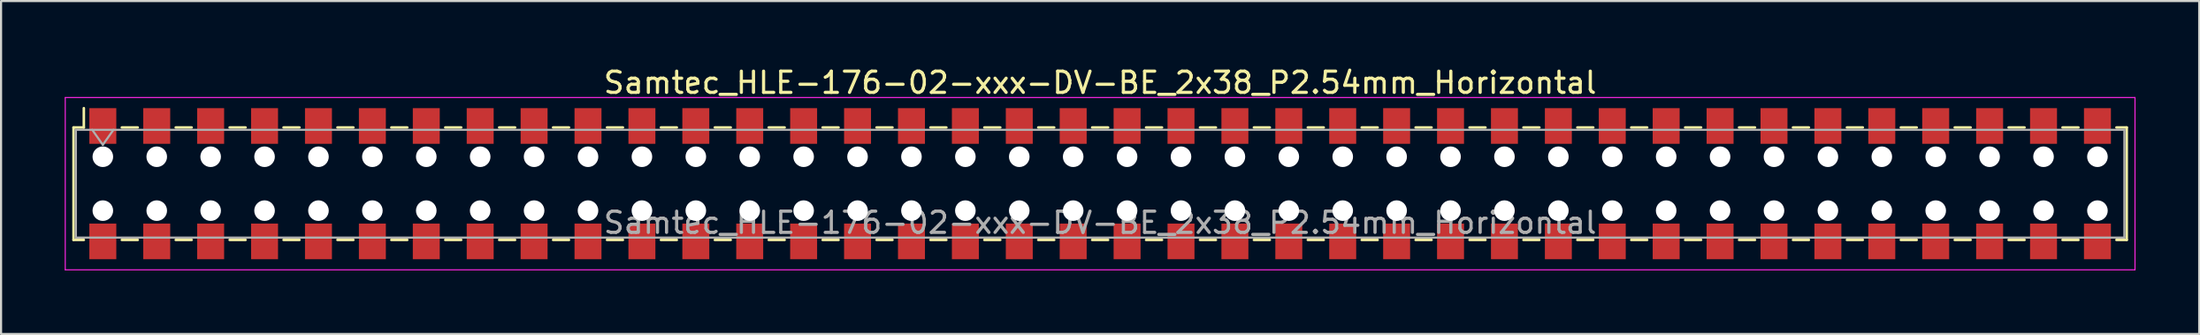
<source format=kicad_pcb>
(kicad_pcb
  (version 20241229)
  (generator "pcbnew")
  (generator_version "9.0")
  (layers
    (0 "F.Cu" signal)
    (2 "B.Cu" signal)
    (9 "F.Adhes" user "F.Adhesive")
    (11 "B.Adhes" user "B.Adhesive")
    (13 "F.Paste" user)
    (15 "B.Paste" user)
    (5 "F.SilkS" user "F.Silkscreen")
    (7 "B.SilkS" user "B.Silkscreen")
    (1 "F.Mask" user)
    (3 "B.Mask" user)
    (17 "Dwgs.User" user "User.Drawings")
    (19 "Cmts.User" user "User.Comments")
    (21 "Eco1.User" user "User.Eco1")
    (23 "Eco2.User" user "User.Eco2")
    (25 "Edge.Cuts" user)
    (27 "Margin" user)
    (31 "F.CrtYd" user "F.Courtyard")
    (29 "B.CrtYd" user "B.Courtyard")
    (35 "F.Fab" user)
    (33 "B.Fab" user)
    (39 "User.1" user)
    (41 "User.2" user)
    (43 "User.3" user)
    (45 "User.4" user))
  (footprint "Samtec_HLE-176-02-xxx-DV-BE_2x38_P2.54mm_Horizontal"
    (layer "F.Cu")
    (at 48.785 5.608)
    (property "Reference" "Samtec_HLE-176-02-xxx-DV-BE_2x38_P2.54mm_Horizontal" (at 0 -4.76 0) (layer "F.SilkS") (effects (font (size 1 1) (thickness 0.15))))
    (attr smd)
    (fp_line (start -48.37 -2.65) (end -48.37 2.65) (stroke (width 0.12) (type solid)) (layer "F.SilkS"))
    (fp_line (start -48.37 2.65) (end -47.885 2.65) (stroke (width 0.12) (type solid)) (layer "F.SilkS"))
    (fp_line (start -47.885 -3.56) (end -47.885 -2.65) (stroke (width 0.12) (type solid)) (layer "F.SilkS"))
    (fp_line (start -47.885 -2.65) (end -48.37 -2.65) (stroke (width 0.12) (type solid)) (layer "F.SilkS"))
    (fp_line (start -46.095 -2.65) (end -45.345 -2.65) (stroke (width 0.12) (type solid)) (layer "F.SilkS"))
    (fp_line (start -46.095 2.65) (end -45.345 2.65) (stroke (width 0.12) (type solid)) (layer "F.SilkS"))
    (fp_line (start -43.555 -2.65) (end -42.805 -2.65) (stroke (width 0.12) (type solid)) (layer "F.SilkS"))
    (fp_line (start -43.555 2.65) (end -42.805 2.65) (stroke (width 0.12) (type solid)) (layer "F.SilkS"))
    (fp_line (start -41.015 -2.65) (end -40.265 -2.65) (stroke (width 0.12) (type solid)) (layer "F.SilkS"))
    (fp_line (start -41.015 2.65) (end -40.265 2.65) (stroke (width 0.12) (type solid)) (layer "F.SilkS"))
    (fp_line (start -38.475 -2.65) (end -37.725 -2.65) (stroke (width 0.12) (type solid)) (layer "F.SilkS"))
    (fp_line (start -38.475 2.65) (end -37.725 2.65) (stroke (width 0.12) (type solid)) (layer "F.SilkS"))
    (fp_line (start -35.935 -2.65) (end -35.185 -2.65) (stroke (width 0.12) (type solid)) (layer "F.SilkS"))
    (fp_line (start -35.935 2.65) (end -35.185 2.65) (stroke (width 0.12) (type solid)) (layer "F.SilkS"))
    (fp_line (start -33.395 -2.65) (end -32.645 -2.65) (stroke (width 0.12) (type solid)) (layer "F.SilkS"))
    (fp_line (start -33.395 2.65) (end -32.645 2.65) (stroke (width 0.12) (type solid)) (layer "F.SilkS"))
    (fp_line (start -30.855 -2.65) (end -30.105 -2.65) (stroke (width 0.12) (type solid)) (layer "F.SilkS"))
    (fp_line (start -30.855 2.65) (end -30.105 2.65) (stroke (width 0.12) (type solid)) (layer "F.SilkS"))
    (fp_line (start -28.315 -2.65) (end -27.565 -2.65) (stroke (width 0.12) (type solid)) (layer "F.SilkS"))
    (fp_line (start -28.315 2.65) (end -27.565 2.65) (stroke (width 0.12) (type solid)) (layer "F.SilkS"))
    (fp_line (start -25.775 -2.65) (end -25.025 -2.65) (stroke (width 0.12) (type solid)) (layer "F.SilkS"))
    (fp_line (start -25.775 2.65) (end -25.025 2.65) (stroke (width 0.12) (type solid)) (layer "F.SilkS"))
    (fp_line (start -23.235 -2.65) (end -22.485 -2.65) (stroke (width 0.12) (type solid)) (layer "F.SilkS"))
    (fp_line (start -23.235 2.65) (end -22.485 2.65) (stroke (width 0.12) (type solid)) (layer "F.SilkS"))
    (fp_line (start -20.695 -2.65) (end -19.945 -2.65) (stroke (width 0.12) (type solid)) (layer "F.SilkS"))
    (fp_line (start -20.695 2.65) (end -19.945 2.65) (stroke (width 0.12) (type solid)) (layer "F.SilkS"))
    (fp_line (start -18.155 -2.65) (end -17.405 -2.65) (stroke (width 0.12) (type solid)) (layer "F.SilkS"))
    (fp_line (start -18.155 2.65) (end -17.405 2.65) (stroke (width 0.12) (type solid)) (layer "F.SilkS"))
    (fp_line (start -15.615 -2.65) (end -14.865 -2.65) (stroke (width 0.12) (type solid)) (layer "F.SilkS"))
    (fp_line (start -15.615 2.65) (end -14.865 2.65) (stroke (width 0.12) (type solid)) (layer "F.SilkS"))
    (fp_line (start -13.075 -2.65) (end -12.325 -2.65) (stroke (width 0.12) (type solid)) (layer "F.SilkS"))
    (fp_line (start -13.075 2.65) (end -12.325 2.65) (stroke (width 0.12) (type solid)) (layer "F.SilkS"))
    (fp_line (start -10.535 -2.65) (end -9.785 -2.65) (stroke (width 0.12) (type solid)) (layer "F.SilkS"))
    (fp_line (start -10.535 2.65) (end -9.785 2.65) (stroke (width 0.12) (type solid)) (layer "F.SilkS"))
    (fp_line (start -7.995 -2.65) (end -7.245 -2.65) (stroke (width 0.12) (type solid)) (layer "F.SilkS"))
    (fp_line (start -7.995 2.65) (end -7.245 2.65) (stroke (width 0.12) (type solid)) (layer "F.SilkS"))
    (fp_line (start -5.455 -2.65) (end -4.705 -2.65) (stroke (width 0.12) (type solid)) (layer "F.SilkS"))
    (fp_line (start -5.455 2.65) (end -4.705 2.65) (stroke (width 0.12) (type solid)) (layer "F.SilkS"))
    (fp_line (start -2.915 -2.65) (end -2.165 -2.65) (stroke (width 0.12) (type solid)) (layer "F.SilkS"))
    (fp_line (start -2.915 2.65) (end -2.165 2.65) (stroke (width 0.12) (type solid)) (layer "F.SilkS"))
    (fp_line (start -0.375 -2.65) (end 0.375 -2.65) (stroke (width 0.12) (type solid)) (layer "F.SilkS"))
    (fp_line (start -0.375 2.65) (end 0.375 2.65) (stroke (width 0.12) (type solid)) (layer "F.SilkS"))
    (fp_line (start 2.165 -2.65) (end 2.915 -2.65) (stroke (width 0.12) (type solid)) (layer "F.SilkS"))
    (fp_line (start 2.165 2.65) (end 2.915 2.65) (stroke (width 0.12) (type solid)) (layer "F.SilkS"))
    (fp_line (start 4.705 -2.65) (end 5.455 -2.65) (stroke (width 0.12) (type solid)) (layer "F.SilkS"))
    (fp_line (start 4.705 2.65) (end 5.455 2.65) (stroke (width 0.12) (type solid)) (layer "F.SilkS"))
    (fp_line (start 7.245 -2.65) (end 7.995 -2.65) (stroke (width 0.12) (type solid)) (layer "F.SilkS"))
    (fp_line (start 7.245 2.65) (end 7.995 2.65) (stroke (width 0.12) (type solid)) (layer "F.SilkS"))
    (fp_line (start 9.785 -2.65) (end 10.535 -2.65) (stroke (width 0.12) (type solid)) (layer "F.SilkS"))
    (fp_line (start 9.785 2.65) (end 10.535 2.65) (stroke (width 0.12) (type solid)) (layer "F.SilkS"))
    (fp_line (start 12.325 -2.65) (end 13.075 -2.65) (stroke (width 0.12) (type solid)) (layer "F.SilkS"))
    (fp_line (start 12.325 2.65) (end 13.075 2.65) (stroke (width 0.12) (type solid)) (layer "F.SilkS"))
    (fp_line (start 14.865 -2.65) (end 15.615 -2.65) (stroke (width 0.12) (type solid)) (layer "F.SilkS"))
    (fp_line (start 14.865 2.65) (end 15.615 2.65) (stroke (width 0.12) (type solid)) (layer "F.SilkS"))
    (fp_line (start 17.405 -2.65) (end 18.155 -2.65) (stroke (width 0.12) (type solid)) (layer "F.SilkS"))
    (fp_line (start 17.405 2.65) (end 18.155 2.65) (stroke (width 0.12) (type solid)) (layer "F.SilkS"))
    (fp_line (start 19.945 -2.65) (end 20.695 -2.65) (stroke (width 0.12) (type solid)) (layer "F.SilkS"))
    (fp_line (start 19.945 2.65) (end 20.695 2.65) (stroke (width 0.12) (type solid)) (layer "F.SilkS"))
    (fp_line (start 22.485 -2.65) (end 23.235 -2.65) (stroke (width 0.12) (type solid)) (layer "F.SilkS"))
    (fp_line (start 22.485 2.65) (end 23.235 2.65) (stroke (width 0.12) (type solid)) (layer "F.SilkS"))
    (fp_line (start 25.025 -2.65) (end 25.775 -2.65) (stroke (width 0.12) (type solid)) (layer "F.SilkS"))
    (fp_line (start 25.025 2.65) (end 25.775 2.65) (stroke (width 0.12) (type solid)) (layer "F.SilkS"))
    (fp_line (start 27.565 -2.65) (end 28.315 -2.65) (stroke (width 0.12) (type solid)) (layer "F.SilkS"))
    (fp_line (start 27.565 2.65) (end 28.315 2.65) (stroke (width 0.12) (type solid)) (layer "F.SilkS"))
    (fp_line (start 30.105 -2.65) (end 30.855 -2.65) (stroke (width 0.12) (type solid)) (layer "F.SilkS"))
    (fp_line (start 30.105 2.65) (end 30.855 2.65) (stroke (width 0.12) (type solid)) (layer "F.SilkS"))
    (fp_line (start 32.645 -2.65) (end 33.395 -2.65) (stroke (width 0.12) (type solid)) (layer "F.SilkS"))
    (fp_line (start 32.645 2.65) (end 33.395 2.65) (stroke (width 0.12) (type solid)) (layer "F.SilkS"))
    (fp_line (start 35.185 -2.65) (end 35.935 -2.65) (stroke (width 0.12) (type solid)) (layer "F.SilkS"))
    (fp_line (start 35.185 2.65) (end 35.935 2.65) (stroke (width 0.12) (type solid)) (layer "F.SilkS"))
    (fp_line (start 37.725 -2.65) (end 38.475 -2.65) (stroke (width 0.12) (type solid)) (layer "F.SilkS"))
    (fp_line (start 37.725 2.65) (end 38.475 2.65) (stroke (width 0.12) (type solid)) (layer "F.SilkS"))
    (fp_line (start 40.265 -2.65) (end 41.015 -2.65) (stroke (width 0.12) (type solid)) (layer "F.SilkS"))
    (fp_line (start 40.265 2.65) (end 41.015 2.65) (stroke (width 0.12) (type solid)) (layer "F.SilkS"))
    (fp_line (start 42.805 -2.65) (end 43.555 -2.65) (stroke (width 0.12) (type solid)) (layer "F.SilkS"))
    (fp_line (start 42.805 2.65) (end 43.555 2.65) (stroke (width 0.12) (type solid)) (layer "F.SilkS"))
    (fp_line (start 45.345 -2.65) (end 46.095 -2.65) (stroke (width 0.12) (type solid)) (layer "F.SilkS"))
    (fp_line (start 45.345 2.65) (end 46.095 2.65) (stroke (width 0.12) (type solid)) (layer "F.SilkS"))
    (fp_line (start 47.885 -2.65) (end 48.37 -2.65) (stroke (width 0.12) (type solid)) (layer "F.SilkS"))
    (fp_line (start 48.37 -2.65) (end 48.37 2.65) (stroke (width 0.12) (type solid)) (layer "F.SilkS"))
    (fp_line (start 48.37 2.65) (end 47.885 2.65) (stroke (width 0.12) (type solid)) (layer "F.SilkS"))
    (fp_line (start -48.76 -4.06) (end 48.76 -4.06) (stroke (width 0.05) (type solid)) (layer "F.CrtYd"))
    (fp_line (start -48.76 4.06) (end -48.76 -4.06) (stroke (width 0.05) (type solid)) (layer "F.CrtYd"))
    (fp_line (start 48.76 -4.06) (end 48.76 4.06) (stroke (width 0.05) (type solid)) (layer "F.CrtYd"))
    (fp_line (start 48.76 4.06) (end -48.76 4.06) (stroke (width 0.05) (type solid)) (layer "F.CrtYd"))
    (fp_line (start -48.26 -2.54) (end 48.26 -2.54) (stroke (width 0.1) (type solid)) (layer "F.Fab"))
    (fp_line (start -48.26 2.54) (end -48.26 -2.54) (stroke (width 0.1) (type solid)) (layer "F.Fab"))
    (fp_line (start -47.49 -2.54) (end -46.99 -1.833) (stroke (width 0.1) (type solid)) (layer "F.Fab"))
    (fp_line (start -46.99 -1.833) (end -46.49 -2.54) (stroke (width 0.1) (type solid)) (layer "F.Fab"))
    (fp_line (start 48.26 -2.54) (end 48.26 2.54) (stroke (width 0.1) (type solid)) (layer "F.Fab"))
    (fp_line (start 48.26 2.54) (end -48.26 2.54) (stroke (width 0.1) (type solid)) (layer "F.Fab"))
    (fp_text user "${REFERENCE}" (at 0 1.84 0) (layer "F.Fab") (effects (font (size 1 1) (thickness 0.15))))
    (pad "" np_thru_hole circle (at -46.99 -1.27) (size 0.97 0.97) (drill 0.97) (layers "*.Cu" "*.Mask"))
    (pad "" np_thru_hole circle (at -46.99 1.27) (size 0.97 0.97) (drill 0.97) (layers "*.Cu" "*.Mask"))
    (pad "" np_thru_hole circle (at -44.45 -1.27) (size 0.97 0.97) (drill 0.97) (layers "*.Cu" "*.Mask"))
    (pad "" np_thru_hole circle (at -44.45 1.27) (size 0.97 0.97) (drill 0.97) (layers "*.Cu" "*.Mask"))
    (pad "" np_thru_hole circle (at -41.91 -1.27) (size 0.97 0.97) (drill 0.97) (layers "*.Cu" "*.Mask"))
    (pad "" np_thru_hole circle (at -41.91 1.27) (size 0.97 0.97) (drill 0.97) (layers "*.Cu" "*.Mask"))
    (pad "" np_thru_hole circle (at -39.37 -1.27) (size 0.97 0.97) (drill 0.97) (layers "*.Cu" "*.Mask"))
    (pad "" np_thru_hole circle (at -39.37 1.27) (size 0.97 0.97) (drill 0.97) (layers "*.Cu" "*.Mask"))
    (pad "" np_thru_hole circle (at -36.83 -1.27) (size 0.97 0.97) (drill 0.97) (layers "*.Cu" "*.Mask"))
    (pad "" np_thru_hole circle (at -36.83 1.27) (size 0.97 0.97) (drill 0.97) (layers "*.Cu" "*.Mask"))
    (pad "" np_thru_hole circle (at -34.29 -1.27) (size 0.97 0.97) (drill 0.97) (layers "*.Cu" "*.Mask"))
    (pad "" np_thru_hole circle (at -34.29 1.27) (size 0.97 0.97) (drill 0.97) (layers "*.Cu" "*.Mask"))
    (pad "" np_thru_hole circle (at -31.75 -1.27) (size 0.97 0.97) (drill 0.97) (layers "*.Cu" "*.Mask"))
    (pad "" np_thru_hole circle (at -31.75 1.27) (size 0.97 0.97) (drill 0.97) (layers "*.Cu" "*.Mask"))
    (pad "" np_thru_hole circle (at -29.21 -1.27) (size 0.97 0.97) (drill 0.97) (layers "*.Cu" "*.Mask"))
    (pad "" np_thru_hole circle (at -29.21 1.27) (size 0.97 0.97) (drill 0.97) (layers "*.Cu" "*.Mask"))
    (pad "" np_thru_hole circle (at -26.67 -1.27) (size 0.97 0.97) (drill 0.97) (layers "*.Cu" "*.Mask"))
    (pad "" np_thru_hole circle (at -26.67 1.27) (size 0.97 0.97) (drill 0.97) (layers "*.Cu" "*.Mask"))
    (pad "" np_thru_hole circle (at -24.13 -1.27) (size 0.97 0.97) (drill 0.97) (layers "*.Cu" "*.Mask"))
    (pad "" np_thru_hole circle (at -24.13 1.27) (size 0.97 0.97) (drill 0.97) (layers "*.Cu" "*.Mask"))
    (pad "" np_thru_hole circle (at -21.59 -1.27) (size 0.97 0.97) (drill 0.97) (layers "*.Cu" "*.Mask"))
    (pad "" np_thru_hole circle (at -21.59 1.27) (size 0.97 0.97) (drill 0.97) (layers "*.Cu" "*.Mask"))
    (pad "" np_thru_hole circle (at -19.05 -1.27) (size 0.97 0.97) (drill 0.97) (layers "*.Cu" "*.Mask"))
    (pad "" np_thru_hole circle (at -19.05 1.27) (size 0.97 0.97) (drill 0.97) (layers "*.Cu" "*.Mask"))
    (pad "" np_thru_hole circle (at -16.51 -1.27) (size 0.97 0.97) (drill 0.97) (layers "*.Cu" "*.Mask"))
    (pad "" np_thru_hole circle (at -16.51 1.27) (size 0.97 0.97) (drill 0.97) (layers "*.Cu" "*.Mask"))
    (pad "" np_thru_hole circle (at -13.97 -1.27) (size 0.97 0.97) (drill 0.97) (layers "*.Cu" "*.Mask"))
    (pad "" np_thru_hole circle (at -13.97 1.27) (size 0.97 0.97) (drill 0.97) (layers "*.Cu" "*.Mask"))
    (pad "" np_thru_hole circle (at -11.43 -1.27) (size 0.97 0.97) (drill 0.97) (layers "*.Cu" "*.Mask"))
    (pad "" np_thru_hole circle (at -11.43 1.27) (size 0.97 0.97) (drill 0.97) (layers "*.Cu" "*.Mask"))
    (pad "" np_thru_hole circle (at -8.89 -1.27) (size 0.97 0.97) (drill 0.97) (layers "*.Cu" "*.Mask"))
    (pad "" np_thru_hole circle (at -8.89 1.27) (size 0.97 0.97) (drill 0.97) (layers "*.Cu" "*.Mask"))
    (pad "" np_thru_hole circle (at -6.35 -1.27) (size 0.97 0.97) (drill 0.97) (layers "*.Cu" "*.Mask"))
    (pad "" np_thru_hole circle (at -6.35 1.27) (size 0.97 0.97) (drill 0.97) (layers "*.Cu" "*.Mask"))
    (pad "" np_thru_hole circle (at -3.81 -1.27) (size 0.97 0.97) (drill 0.97) (layers "*.Cu" "*.Mask"))
    (pad "" np_thru_hole circle (at -3.81 1.27) (size 0.97 0.97) (drill 0.97) (layers "*.Cu" "*.Mask"))
    (pad "" np_thru_hole circle (at -1.27 -1.27) (size 0.97 0.97) (drill 0.97) (layers "*.Cu" "*.Mask"))
    (pad "" np_thru_hole circle (at -1.27 1.27) (size 0.97 0.97) (drill 0.97) (layers "*.Cu" "*.Mask"))
    (pad "" np_thru_hole circle (at 1.27 -1.27) (size 0.97 0.97) (drill 0.97) (layers "*.Cu" "*.Mask"))
    (pad "" np_thru_hole circle (at 1.27 1.27) (size 0.97 0.97) (drill 0.97) (layers "*.Cu" "*.Mask"))
    (pad "" np_thru_hole circle (at 3.81 -1.27) (size 0.97 0.97) (drill 0.97) (layers "*.Cu" "*.Mask"))
    (pad "" np_thru_hole circle (at 3.81 1.27) (size 0.97 0.97) (drill 0.97) (layers "*.Cu" "*.Mask"))
    (pad "" np_thru_hole circle (at 6.35 -1.27) (size 0.97 0.97) (drill 0.97) (layers "*.Cu" "*.Mask"))
    (pad "" np_thru_hole circle (at 6.35 1.27) (size 0.97 0.97) (drill 0.97) (layers "*.Cu" "*.Mask"))
    (pad "" np_thru_hole circle (at 8.89 -1.27) (size 0.97 0.97) (drill 0.97) (layers "*.Cu" "*.Mask"))
    (pad "" np_thru_hole circle (at 8.89 1.27) (size 0.97 0.97) (drill 0.97) (layers "*.Cu" "*.Mask"))
    (pad "" np_thru_hole circle (at 11.43 -1.27) (size 0.97 0.97) (drill 0.97) (layers "*.Cu" "*.Mask"))
    (pad "" np_thru_hole circle (at 11.43 1.27) (size 0.97 0.97) (drill 0.97) (layers "*.Cu" "*.Mask"))
    (pad "" np_thru_hole circle (at 13.97 -1.27) (size 0.97 0.97) (drill 0.97) (layers "*.Cu" "*.Mask"))
    (pad "" np_thru_hole circle (at 13.97 1.27) (size 0.97 0.97) (drill 0.97) (layers "*.Cu" "*.Mask"))
    (pad "" np_thru_hole circle (at 16.51 -1.27) (size 0.97 0.97) (drill 0.97) (layers "*.Cu" "*.Mask"))
    (pad "" np_thru_hole circle (at 16.51 1.27) (size 0.97 0.97) (drill 0.97) (layers "*.Cu" "*.Mask"))
    (pad "" np_thru_hole circle (at 19.05 -1.27) (size 0.97 0.97) (drill 0.97) (layers "*.Cu" "*.Mask"))
    (pad "" np_thru_hole circle (at 19.05 1.27) (size 0.97 0.97) (drill 0.97) (layers "*.Cu" "*.Mask"))
    (pad "" np_thru_hole circle (at 21.59 -1.27) (size 0.97 0.97) (drill 0.97) (layers "*.Cu" "*.Mask"))
    (pad "" np_thru_hole circle (at 21.59 1.27) (size 0.97 0.97) (drill 0.97) (layers "*.Cu" "*.Mask"))
    (pad "" np_thru_hole circle (at 24.13 -1.27) (size 0.97 0.97) (drill 0.97) (layers "*.Cu" "*.Mask"))
    (pad "" np_thru_hole circle (at 24.13 1.27) (size 0.97 0.97) (drill 0.97) (layers "*.Cu" "*.Mask"))
    (pad "" np_thru_hole circle (at 26.67 -1.27) (size 0.97 0.97) (drill 0.97) (layers "*.Cu" "*.Mask"))
    (pad "" np_thru_hole circle (at 26.67 1.27) (size 0.97 0.97) (drill 0.97) (layers "*.Cu" "*.Mask"))
    (pad "" np_thru_hole circle (at 29.21 -1.27) (size 0.97 0.97) (drill 0.97) (layers "*.Cu" "*.Mask"))
    (pad "" np_thru_hole circle (at 29.21 1.27) (size 0.97 0.97) (drill 0.97) (layers "*.Cu" "*.Mask"))
    (pad "" np_thru_hole circle (at 31.75 -1.27) (size 0.97 0.97) (drill 0.97) (layers "*.Cu" "*.Mask"))
    (pad "" np_thru_hole circle (at 31.75 1.27) (size 0.97 0.97) (drill 0.97) (layers "*.Cu" "*.Mask"))
    (pad "" np_thru_hole circle (at 34.29 -1.27) (size 0.97 0.97) (drill 0.97) (layers "*.Cu" "*.Mask"))
    (pad "" np_thru_hole circle (at 34.29 1.27) (size 0.97 0.97) (drill 0.97) (layers "*.Cu" "*.Mask"))
    (pad "" np_thru_hole circle (at 36.83 -1.27) (size 0.97 0.97) (drill 0.97) (layers "*.Cu" "*.Mask"))
    (pad "" np_thru_hole circle (at 36.83 1.27) (size 0.97 0.97) (drill 0.97) (layers "*.Cu" "*.Mask"))
    (pad "" np_thru_hole circle (at 39.37 -1.27) (size 0.97 0.97) (drill 0.97) (layers "*.Cu" "*.Mask"))
    (pad "" np_thru_hole circle (at 39.37 1.27) (size 0.97 0.97) (drill 0.97) (layers "*.Cu" "*.Mask"))
    (pad "" np_thru_hole circle (at 41.91 -1.27) (size 0.97 0.97) (drill 0.97) (layers "*.Cu" "*.Mask"))
    (pad "" np_thru_hole circle (at 41.91 1.27) (size 0.97 0.97) (drill 0.97) (layers "*.Cu" "*.Mask"))
    (pad "" np_thru_hole circle (at 44.45 -1.27) (size 0.97 0.97) (drill 0.97) (layers "*.Cu" "*.Mask"))
    (pad "" np_thru_hole circle (at 44.45 1.27) (size 0.97 0.97) (drill 0.97) (layers "*.Cu" "*.Mask"))
    (pad "" np_thru_hole circle (at 46.99 -1.27) (size 0.97 0.97) (drill 0.97) (layers "*.Cu" "*.Mask"))
    (pad "" np_thru_hole circle (at 46.99 1.27) (size 0.97 0.97) (drill 0.97) (layers "*.Cu" "*.Mask"))
    (pad "1" smd rect (at -46.99 -2.72) (size 1.27 1.68) (layers "F.Cu" "F.Mask" "F.Paste"))
    (pad "2" smd rect (at -46.99 2.72) (size 1.27 1.68) (layers "F.Cu" "F.Mask" "F.Paste"))
    (pad "3" smd rect (at -44.45 -2.72) (size 1.27 1.68) (layers "F.Cu" "F.Mask" "F.Paste"))
    (pad "4" smd rect (at -44.45 2.72) (size 1.27 1.68) (layers "F.Cu" "F.Mask" "F.Paste"))
    (pad "5" smd rect (at -41.91 -2.72) (size 1.27 1.68) (layers "F.Cu" "F.Mask" "F.Paste"))
    (pad "6" smd rect (at -41.91 2.72) (size 1.27 1.68) (layers "F.Cu" "F.Mask" "F.Paste"))
    (pad "7" smd rect (at -39.37 -2.72) (size 1.27 1.68) (layers "F.Cu" "F.Mask" "F.Paste"))
    (pad "8" smd rect (at -39.37 2.72) (size 1.27 1.68) (layers "F.Cu" "F.Mask" "F.Paste"))
    (pad "9" smd rect (at -36.83 -2.72) (size 1.27 1.68) (layers "F.Cu" "F.Mask" "F.Paste"))
    (pad "10" smd rect (at -36.83 2.72) (size 1.27 1.68) (layers "F.Cu" "F.Mask" "F.Paste"))
    (pad "11" smd rect (at -34.29 -2.72) (size 1.27 1.68) (layers "F.Cu" "F.Mask" "F.Paste"))
    (pad "12" smd rect (at -34.29 2.72) (size 1.27 1.68) (layers "F.Cu" "F.Mask" "F.Paste"))
    (pad "13" smd rect (at -31.75 -2.72) (size 1.27 1.68) (layers "F.Cu" "F.Mask" "F.Paste"))
    (pad "14" smd rect (at -31.75 2.72) (size 1.27 1.68) (layers "F.Cu" "F.Mask" "F.Paste"))
    (pad "15" smd rect (at -29.21 -2.72) (size 1.27 1.68) (layers "F.Cu" "F.Mask" "F.Paste"))
    (pad "16" smd rect (at -29.21 2.72) (size 1.27 1.68) (layers "F.Cu" "F.Mask" "F.Paste"))
    (pad "17" smd rect (at -26.67 -2.72) (size 1.27 1.68) (layers "F.Cu" "F.Mask" "F.Paste"))
    (pad "18" smd rect (at -26.67 2.72) (size 1.27 1.68) (layers "F.Cu" "F.Mask" "F.Paste"))
    (pad "19" smd rect (at -24.13 -2.72) (size 1.27 1.68) (layers "F.Cu" "F.Mask" "F.Paste"))
    (pad "20" smd rect (at -24.13 2.72) (size 1.27 1.68) (layers "F.Cu" "F.Mask" "F.Paste"))
    (pad "21" smd rect (at -21.59 -2.72) (size 1.27 1.68) (layers "F.Cu" "F.Mask" "F.Paste"))
    (pad "22" smd rect (at -21.59 2.72) (size 1.27 1.68) (layers "F.Cu" "F.Mask" "F.Paste"))
    (pad "23" smd rect (at -19.05 -2.72) (size 1.27 1.68) (layers "F.Cu" "F.Mask" "F.Paste"))
    (pad "24" smd rect (at -19.05 2.72) (size 1.27 1.68) (layers "F.Cu" "F.Mask" "F.Paste"))
    (pad "25" smd rect (at -16.51 -2.72) (size 1.27 1.68) (layers "F.Cu" "F.Mask" "F.Paste"))
    (pad "26" smd rect (at -16.51 2.72) (size 1.27 1.68) (layers "F.Cu" "F.Mask" "F.Paste"))
    (pad "27" smd rect (at -13.97 -2.72) (size 1.27 1.68) (layers "F.Cu" "F.Mask" "F.Paste"))
    (pad "28" smd rect (at -13.97 2.72) (size 1.27 1.68) (layers "F.Cu" "F.Mask" "F.Paste"))
    (pad "29" smd rect (at -11.43 -2.72) (size 1.27 1.68) (layers "F.Cu" "F.Mask" "F.Paste"))
    (pad "30" smd rect (at -11.43 2.72) (size 1.27 1.68) (layers "F.Cu" "F.Mask" "F.Paste"))
    (pad "31" smd rect (at -8.89 -2.72) (size 1.27 1.68) (layers "F.Cu" "F.Mask" "F.Paste"))
    (pad "32" smd rect (at -8.89 2.72) (size 1.27 1.68) (layers "F.Cu" "F.Mask" "F.Paste"))
    (pad "33" smd rect (at -6.35 -2.72) (size 1.27 1.68) (layers "F.Cu" "F.Mask" "F.Paste"))
    (pad "34" smd rect (at -6.35 2.72) (size 1.27 1.68) (layers "F.Cu" "F.Mask" "F.Paste"))
    (pad "35" smd rect (at -3.81 -2.72) (size 1.27 1.68) (layers "F.Cu" "F.Mask" "F.Paste"))
    (pad "36" smd rect (at -3.81 2.72) (size 1.27 1.68) (layers "F.Cu" "F.Mask" "F.Paste"))
    (pad "37" smd rect (at -1.27 -2.72) (size 1.27 1.68) (layers "F.Cu" "F.Mask" "F.Paste"))
    (pad "38" smd rect (at -1.27 2.72) (size 1.27 1.68) (layers "F.Cu" "F.Mask" "F.Paste"))
    (pad "39" smd rect (at 1.27 -2.72) (size 1.27 1.68) (layers "F.Cu" "F.Mask" "F.Paste"))
    (pad "40" smd rect (at 1.27 2.72) (size 1.27 1.68) (layers "F.Cu" "F.Mask" "F.Paste"))
    (pad "41" smd rect (at 3.81 -2.72) (size 1.27 1.68) (layers "F.Cu" "F.Mask" "F.Paste"))
    (pad "42" smd rect (at 3.81 2.72) (size 1.27 1.68) (layers "F.Cu" "F.Mask" "F.Paste"))
    (pad "43" smd rect (at 6.35 -2.72) (size 1.27 1.68) (layers "F.Cu" "F.Mask" "F.Paste"))
    (pad "44" smd rect (at 6.35 2.72) (size 1.27 1.68) (layers "F.Cu" "F.Mask" "F.Paste"))
    (pad "45" smd rect (at 8.89 -2.72) (size 1.27 1.68) (layers "F.Cu" "F.Mask" "F.Paste"))
    (pad "46" smd rect (at 8.89 2.72) (size 1.27 1.68) (layers "F.Cu" "F.Mask" "F.Paste"))
    (pad "47" smd rect (at 11.43 -2.72) (size 1.27 1.68) (layers "F.Cu" "F.Mask" "F.Paste"))
    (pad "48" smd rect (at 11.43 2.72) (size 1.27 1.68) (layers "F.Cu" "F.Mask" "F.Paste"))
    (pad "49" smd rect (at 13.97 -2.72) (size 1.27 1.68) (layers "F.Cu" "F.Mask" "F.Paste"))
    (pad "50" smd rect (at 13.97 2.72) (size 1.27 1.68) (layers "F.Cu" "F.Mask" "F.Paste"))
    (pad "51" smd rect (at 16.51 -2.72) (size 1.27 1.68) (layers "F.Cu" "F.Mask" "F.Paste"))
    (pad "52" smd rect (at 16.51 2.72) (size 1.27 1.68) (layers "F.Cu" "F.Mask" "F.Paste"))
    (pad "53" smd rect (at 19.05 -2.72) (size 1.27 1.68) (layers "F.Cu" "F.Mask" "F.Paste"))
    (pad "54" smd rect (at 19.05 2.72) (size 1.27 1.68) (layers "F.Cu" "F.Mask" "F.Paste"))
    (pad "55" smd rect (at 21.59 -2.72) (size 1.27 1.68) (layers "F.Cu" "F.Mask" "F.Paste"))
    (pad "56" smd rect (at 21.59 2.72) (size 1.27 1.68) (layers "F.Cu" "F.Mask" "F.Paste"))
    (pad "57" smd rect (at 24.13 -2.72) (size 1.27 1.68) (layers "F.Cu" "F.Mask" "F.Paste"))
    (pad "58" smd rect (at 24.13 2.72) (size 1.27 1.68) (layers "F.Cu" "F.Mask" "F.Paste"))
    (pad "59" smd rect (at 26.67 -2.72) (size 1.27 1.68) (layers "F.Cu" "F.Mask" "F.Paste"))
    (pad "60" smd rect (at 26.67 2.72) (size 1.27 1.68) (layers "F.Cu" "F.Mask" "F.Paste"))
    (pad "61" smd rect (at 29.21 -2.72) (size 1.27 1.68) (layers "F.Cu" "F.Mask" "F.Paste"))
    (pad "62" smd rect (at 29.21 2.72) (size 1.27 1.68) (layers "F.Cu" "F.Mask" "F.Paste"))
    (pad "63" smd rect (at 31.75 -2.72) (size 1.27 1.68) (layers "F.Cu" "F.Mask" "F.Paste"))
    (pad "64" smd rect (at 31.75 2.72) (size 1.27 1.68) (layers "F.Cu" "F.Mask" "F.Paste"))
    (pad "65" smd rect (at 34.29 -2.72) (size 1.27 1.68) (layers "F.Cu" "F.Mask" "F.Paste"))
    (pad "66" smd rect (at 34.29 2.72) (size 1.27 1.68) (layers "F.Cu" "F.Mask" "F.Paste"))
    (pad "67" smd rect (at 36.83 -2.72) (size 1.27 1.68) (layers "F.Cu" "F.Mask" "F.Paste"))
    (pad "68" smd rect (at 36.83 2.72) (size 1.27 1.68) (layers "F.Cu" "F.Mask" "F.Paste"))
    (pad "69" smd rect (at 39.37 -2.72) (size 1.27 1.68) (layers "F.Cu" "F.Mask" "F.Paste"))
    (pad "70" smd rect (at 39.37 2.72) (size 1.27 1.68) (layers "F.Cu" "F.Mask" "F.Paste"))
    (pad "71" smd rect (at 41.91 -2.72) (size 1.27 1.68) (layers "F.Cu" "F.Mask" "F.Paste"))
    (pad "72" smd rect (at 41.91 2.72) (size 1.27 1.68) (layers "F.Cu" "F.Mask" "F.Paste"))
    (pad "73" smd rect (at 44.45 -2.72) (size 1.27 1.68) (layers "F.Cu" "F.Mask" "F.Paste"))
    (pad "74" smd rect (at 44.45 2.72) (size 1.27 1.68) (layers "F.Cu" "F.Mask" "F.Paste"))
    (pad "75" smd rect (at 46.99 -2.72) (size 1.27 1.68) (layers "F.Cu" "F.Mask" "F.Paste"))
    (pad "76" smd rect (at 46.99 2.72) (size 1.27 1.68) (layers "F.Cu" "F.Mask" "F.Paste")))
  (gr_rect
    (start -3 -3)
    (end 100.57 12.693)
    (stroke (width 0.1) (type default))
    (fill no)
    (layer "Edge.Cuts")))
</source>
